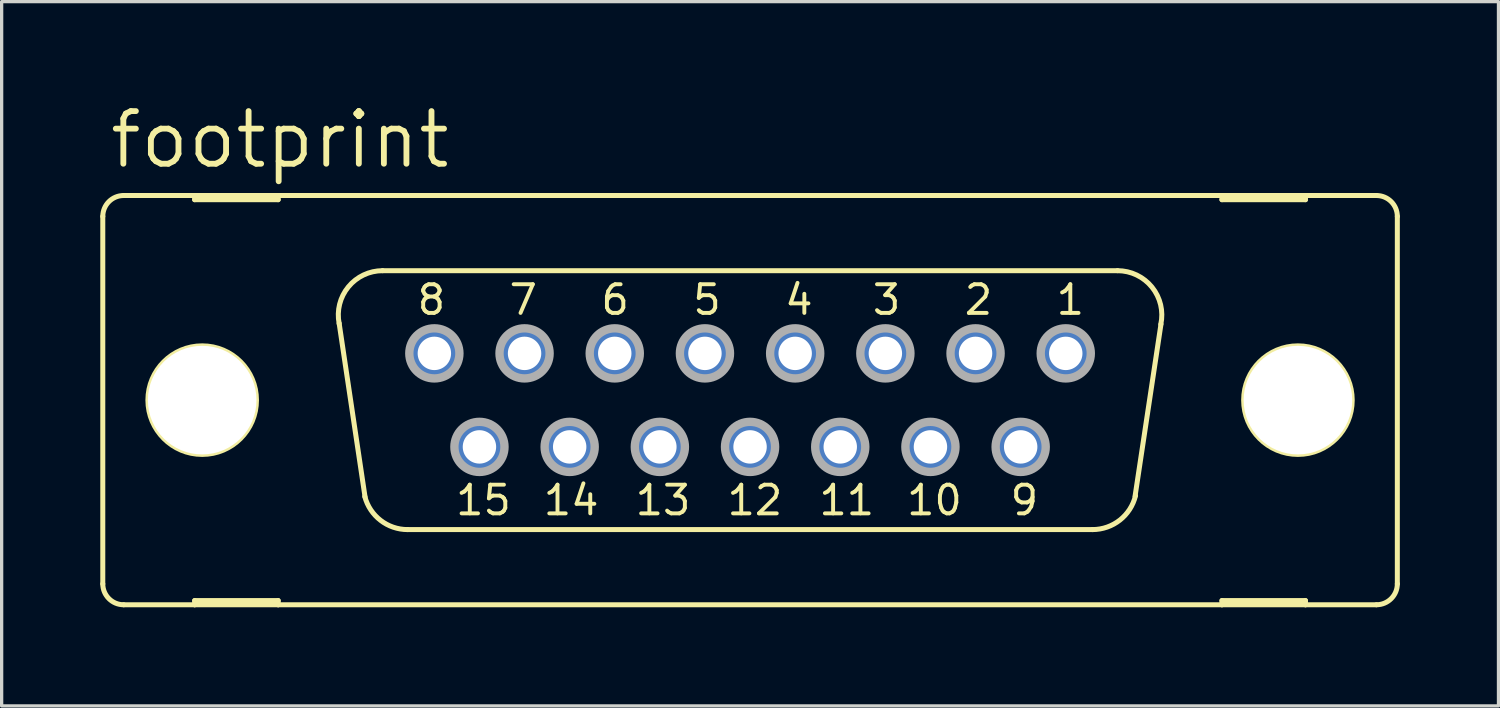
<source format=kicad_pcb>
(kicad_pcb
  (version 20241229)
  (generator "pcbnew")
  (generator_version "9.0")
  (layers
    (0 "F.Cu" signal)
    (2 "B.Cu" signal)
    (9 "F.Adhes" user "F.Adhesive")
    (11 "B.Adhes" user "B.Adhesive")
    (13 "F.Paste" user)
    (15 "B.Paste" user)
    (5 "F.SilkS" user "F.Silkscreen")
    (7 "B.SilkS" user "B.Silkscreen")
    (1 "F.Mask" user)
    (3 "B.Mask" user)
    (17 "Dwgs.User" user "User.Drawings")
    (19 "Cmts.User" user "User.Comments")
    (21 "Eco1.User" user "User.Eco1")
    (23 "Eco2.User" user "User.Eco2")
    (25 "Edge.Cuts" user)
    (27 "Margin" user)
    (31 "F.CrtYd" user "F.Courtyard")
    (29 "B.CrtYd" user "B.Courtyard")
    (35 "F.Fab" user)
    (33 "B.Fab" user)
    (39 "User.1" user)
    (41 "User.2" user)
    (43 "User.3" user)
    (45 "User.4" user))
  (footprint "footprint"
    (layer "F.Cu")
    (at 19.761 9.119)
    (property "Reference" "footprint" (at -19.558 -6.985 0) (layer "F.SilkS") (effects (font (size 1.6 1.6) (thickness 0.178)) (justify left bottom)))
    (fp_line (start -19.685 -5.588) (end -19.685 5.588) (stroke (width 0.152) (type solid)) (layer "F.SilkS"))
    (fp_line (start -19.05 6.223) (end -16.891 6.223) (stroke (width 0.152) (type solid)) (layer "F.SilkS"))
    (fp_line (start -16.891 -6.223) (end -19.05 -6.223) (stroke (width 0.152) (type solid)) (layer "F.SilkS"))
    (fp_line (start -16.891 -6.223) (end -16.891 -6.096) (stroke (width 0.152) (type solid)) (layer "F.SilkS"))
    (fp_line (start -16.891 -6.096) (end -14.351 -6.096) (stroke (width 0.152) (type solid)) (layer "F.SilkS"))
    (fp_line (start -16.891 6.096) (end -14.351 6.096) (stroke (width 0.152) (type solid)) (layer "F.SilkS"))
    (fp_line (start -16.891 6.223) (end -16.891 6.096) (stroke (width 0.152) (type solid)) (layer "F.SilkS"))
    (fp_line (start -16.891 6.223) (end -14.351 6.223) (stroke (width 0.152) (type solid)) (layer "F.SilkS"))
    (fp_line (start -14.351 -6.223) (end -16.891 -6.223) (stroke (width 0.152) (type solid)) (layer "F.SilkS"))
    (fp_line (start -14.351 -6.096) (end -14.351 -6.223) (stroke (width 0.152) (type solid)) (layer "F.SilkS"))
    (fp_line (start -14.351 6.096) (end -14.351 6.223) (stroke (width 0.152) (type solid)) (layer "F.SilkS"))
    (fp_line (start -14.351 6.223) (end 14.351 6.223) (stroke (width 0.152) (type solid)) (layer "F.SilkS"))
    (fp_line (start -11.709 2.946) (end -12.497 -2.337) (stroke (width 0.152) (type solid)) (layer "F.SilkS"))
    (fp_line (start -11.176 -3.937) (end 11.176 -3.937) (stroke (width 0.152) (type solid)) (layer "F.SilkS"))
    (fp_line (start -10.414 3.937) (end 10.414 3.937) (stroke (width 0.152) (type solid)) (layer "F.SilkS"))
    (fp_line (start 12.497 -2.311) (end 11.709 2.921) (stroke (width 0.152) (type solid)) (layer "F.SilkS"))
    (fp_line (start 14.351 -6.223) (end -14.351 -6.223) (stroke (width 0.152) (type solid)) (layer "F.SilkS"))
    (fp_line (start 14.351 -6.223) (end 14.351 -6.096) (stroke (width 0.152) (type solid)) (layer "F.SilkS"))
    (fp_line (start 14.351 -6.096) (end 16.891 -6.096) (stroke (width 0.152) (type solid)) (layer "F.SilkS"))
    (fp_line (start 14.351 6.096) (end 16.891 6.096) (stroke (width 0.152) (type solid)) (layer "F.SilkS"))
    (fp_line (start 14.351 6.223) (end 14.351 6.096) (stroke (width 0.152) (type solid)) (layer "F.SilkS"))
    (fp_line (start 14.351 6.223) (end 16.891 6.223) (stroke (width 0.152) (type solid)) (layer "F.SilkS"))
    (fp_line (start 16.891 -6.223) (end 14.351 -6.223) (stroke (width 0.152) (type solid)) (layer "F.SilkS"))
    (fp_line (start 16.891 -6.096) (end 16.891 -6.223) (stroke (width 0.152) (type solid)) (layer "F.SilkS"))
    (fp_line (start 16.891 6.096) (end 16.891 6.223) (stroke (width 0.152) (type solid)) (layer "F.SilkS"))
    (fp_line (start 16.891 6.223) (end 19.05 6.223) (stroke (width 0.152) (type solid)) (layer "F.SilkS"))
    (fp_line (start 19.05 -6.223) (end 16.891 -6.223) (stroke (width 0.152) (type solid)) (layer "F.SilkS"))
    (fp_line (start 19.685 -5.588) (end 19.685 5.588) (stroke (width 0.152) (type solid)) (layer "F.SilkS"))
    (fp_arc (start -19.685 -5.588) (mid -19.499013 -6.037013) (end -19.05 -6.223) (stroke (width 0.1524) (type solid)) (layer "F.SilkS"))
    (fp_arc (start -19.05 6.223) (mid -19.499013 6.037013) (end -19.685 5.588) (stroke (width 0.1524) (type solid)) (layer "F.SilkS"))
    (fp_arc (start -12.4961 -2.3268) (mid -12.217082 -3.444284) (end -11.176 -3.937) (stroke (width 0.1524) (type solid)) (layer "F.SilkS"))
    (fp_arc (start -10.414 3.937) (mid -11.2375 3.655745) (end -11.7169 2.9295) (stroke (width 0.1524) (type solid)) (layer "F.SilkS"))
    (fp_arc (start 11.176 -3.937) (mid 12.224557 -3.435183) (end 12.491499 -2.303798) (stroke (width 0.1524) (type solid)) (layer "F.SilkS"))
    (fp_arc (start 11.722701 2.904999) (mid 11.247257 3.647874) (end 10.414 3.937) (stroke (width 0.1524) (type solid)) (layer "F.SilkS"))
    (fp_arc (start 19.05 -6.223) (mid 19.499013 -6.037013) (end 19.685 -5.588) (stroke (width 0.1524) (type solid)) (layer "F.SilkS"))
    (fp_arc (start 19.685 5.588) (mid 19.499013 6.037013) (end 19.05 6.223) (stroke (width 0.1524) (type solid)) (layer "F.SilkS"))
    (fp_circle (center -16.662 0) (end -15.011 0) (stroke (width 0.152) (type solid)) (fill no) (layer "F.SilkS"))
    (fp_circle (center 16.662 0) (end 18.313 0) (stroke (width 0.152) (type solid)) (fill no) (layer "F.SilkS"))
    (fp_circle (center -9.601 -1.422) (end -8.839 -1.422) (stroke (width 0.254) (type solid)) (fill no) (layer "F.Fab"))
    (fp_circle (center -8.23 1.422) (end -7.468 1.422) (stroke (width 0.254) (type solid)) (fill no) (layer "F.Fab"))
    (fp_circle (center -6.858 -1.422) (end -6.096 -1.422) (stroke (width 0.254) (type solid)) (fill no) (layer "F.Fab"))
    (fp_circle (center -5.486 1.422) (end -4.724 1.422) (stroke (width 0.254) (type solid)) (fill no) (layer "F.Fab"))
    (fp_circle (center -4.115 -1.422) (end -3.353 -1.422) (stroke (width 0.254) (type solid)) (fill no) (layer "F.Fab"))
    (fp_circle (center -2.743 1.422) (end -1.981 1.422) (stroke (width 0.254) (type solid)) (fill no) (layer "F.Fab"))
    (fp_circle (center -1.372 -1.422) (end -0.61 -1.422) (stroke (width 0.254) (type solid)) (fill no) (layer "F.Fab"))
    (fp_circle (center 0 1.422) (end 0.762 1.422) (stroke (width 0.254) (type solid)) (fill no) (layer "F.Fab"))
    (fp_circle (center 1.372 -1.422) (end 2.134 -1.422) (stroke (width 0.254) (type solid)) (fill no) (layer "F.Fab"))
    (fp_circle (center 2.743 1.422) (end 3.505 1.422) (stroke (width 0.254) (type solid)) (fill no) (layer "F.Fab"))
    (fp_circle (center 4.115 -1.422) (end 4.877 -1.422) (stroke (width 0.254) (type solid)) (fill no) (layer "F.Fab"))
    (fp_circle (center 5.486 1.422) (end 6.248 1.422) (stroke (width 0.254) (type solid)) (fill no) (layer "F.Fab"))
    (fp_circle (center 6.858 -1.422) (end 7.62 -1.422) (stroke (width 0.254) (type solid)) (fill no) (layer "F.Fab"))
    (fp_circle (center 8.23 1.422) (end 8.992 1.422) (stroke (width 0.254) (type solid)) (fill no) (layer "F.Fab"))
    (fp_circle (center 9.601 -1.422) (end 10.363 -1.422) (stroke (width 0.254) (type solid)) (fill no) (layer "F.Fab"))
    (fp_text user "11" (at 2.032 3.556 0) (layer "F.SilkS") (effects (font (size 0.872 0.872) (thickness 0.119)) (justify left bottom)))
    (fp_text user "8" (at -10.185 -2.54 0) (layer "F.SilkS") (effects (font (size 0.872 0.872) (thickness 0.119)) (justify left bottom)))
    (fp_text user "13" (at -3.556 3.556 0) (layer "F.SilkS") (effects (font (size 0.872 0.872) (thickness 0.119)) (justify left bottom)))
    (fp_text user "15" (at -9.017 3.556 0) (layer "F.SilkS") (effects (font (size 0.872 0.872) (thickness 0.119)) (justify left bottom)))
    (fp_text user "9" (at 7.849 3.556 0) (layer "F.SilkS") (effects (font (size 0.872 0.872) (thickness 0.119)) (justify left bottom)))
    (fp_text user "10" (at 4.699 3.556 0) (layer "F.SilkS") (effects (font (size 0.872 0.872) (thickness 0.119)) (justify left bottom)))
    (fp_text user "6" (at -4.597 -2.54 0) (layer "F.SilkS") (effects (font (size 0.872 0.872) (thickness 0.119)) (justify left bottom)))
    (fp_text user "12" (at -0.762 3.556 0) (layer "F.SilkS") (effects (font (size 0.872 0.872) (thickness 0.119)) (justify left bottom)))
    (fp_text user "4" (at 0.991 -2.54 0) (layer "F.SilkS") (effects (font (size 0.872 0.872) (thickness 0.119)) (justify left bottom)))
    (fp_text user "2" (at 6.452 -2.54 0) (layer "F.SilkS") (effects (font (size 0.872 0.872) (thickness 0.119)) (justify left bottom)))
    (fp_text user "7" (at -7.391 -2.54 0) (layer "F.SilkS") (effects (font (size 0.872 0.872) (thickness 0.119)) (justify left bottom)))
    (fp_text user "14" (at -6.35 3.556 0) (layer "F.SilkS") (effects (font (size 0.872 0.872) (thickness 0.119)) (justify left bottom)))
    (fp_text user "1" (at 9.246 -2.54 0) (layer "F.SilkS") (effects (font (size 0.872 0.872) (thickness 0.119)) (justify left bottom)))
    (fp_text user "3" (at 3.658 -2.54 0) (layer "F.SilkS") (effects (font (size 0.872 0.872) (thickness 0.119)) (justify left bottom)))
    (fp_text user "5" (at -1.803 -2.54 0) (layer "F.SilkS") (effects (font (size 0.872 0.872) (thickness 0.119)) (justify left bottom)))
    (pad "" np_thru_hole circle (at -16.662 0) (size 3.302 3.302) (drill 3.302) (layers "*.Cu" "*.Mask"))
    (pad "" np_thru_hole circle (at 16.662 0) (size 3.302 3.302) (drill 3.302) (layers "*.Cu" "*.Mask"))
    (pad "1" thru_hole roundrect (at 9.601 -1.422) (size 1.524 1.524) (drill 1.016) (layers "*.Cu" "*.Mask") (roundrect_rratio 0.25) (chamfer_ratio 0.25) (chamfer top_left top_right bottom_left bottom_right))
    (pad "2" thru_hole roundrect (at 6.858 -1.422) (size 1.524 1.524) (drill 1.016) (layers "*.Cu" "*.Mask") (roundrect_rratio 0.25) (chamfer_ratio 0.25) (chamfer top_left top_right bottom_left bottom_right))
    (pad "3" thru_hole roundrect (at 4.115 -1.422) (size 1.524 1.524) (drill 1.016) (layers "*.Cu" "*.Mask") (roundrect_rratio 0.25) (chamfer_ratio 0.25) (chamfer top_left top_right bottom_left bottom_right))
    (pad "4" thru_hole roundrect (at 1.372 -1.422) (size 1.524 1.524) (drill 1.016) (layers "*.Cu" "*.Mask") (roundrect_rratio 0.25) (chamfer_ratio 0.25) (chamfer top_left top_right bottom_left bottom_right))
    (pad "5" thru_hole roundrect (at -1.372 -1.422) (size 1.524 1.524) (drill 1.016) (layers "*.Cu" "*.Mask") (roundrect_rratio 0.25) (chamfer_ratio 0.25) (chamfer top_left top_right bottom_left bottom_right))
    (pad "6" thru_hole roundrect (at -4.115 -1.422) (size 1.524 1.524) (drill 1.016) (layers "*.Cu" "*.Mask") (roundrect_rratio 0.25) (chamfer_ratio 0.25) (chamfer top_left top_right bottom_left bottom_right))
    (pad "7" thru_hole roundrect (at -6.858 -1.422) (size 1.524 1.524) (drill 1.016) (layers "*.Cu" "*.Mask") (roundrect_rratio 0.25) (chamfer_ratio 0.25) (chamfer top_left top_right bottom_left bottom_right))
    (pad "8" thru_hole roundrect (at -9.601 -1.422) (size 1.524 1.524) (drill 1.016) (layers "*.Cu" "*.Mask") (roundrect_rratio 0.25) (chamfer_ratio 0.25) (chamfer top_left top_right bottom_left bottom_right))
    (pad "9" thru_hole roundrect (at 8.23 1.422) (size 1.524 1.524) (drill 1.016) (layers "*.Cu" "*.Mask") (roundrect_rratio 0.25) (chamfer_ratio 0.25) (chamfer top_left top_right bottom_left bottom_right))
    (pad "10" thru_hole roundrect (at 5.486 1.422) (size 1.524 1.524) (drill 1.016) (layers "*.Cu" "*.Mask") (roundrect_rratio 0.25) (chamfer_ratio 0.25) (chamfer top_left top_right bottom_left bottom_right))
    (pad "11" thru_hole roundrect (at 2.743 1.422) (size 1.524 1.524) (drill 1.016) (layers "*.Cu" "*.Mask") (roundrect_rratio 0.25) (chamfer_ratio 0.25) (chamfer top_left top_right bottom_left bottom_right))
    (pad "12" thru_hole roundrect (at 0 1.422) (size 1.524 1.524) (drill 1.016) (layers "*.Cu" "*.Mask") (roundrect_rratio 0.25) (chamfer_ratio 0.25) (chamfer top_left top_right bottom_left bottom_right))
    (pad "13" thru_hole roundrect (at -2.743 1.422) (size 1.524 1.524) (drill 1.016) (layers "*.Cu" "*.Mask") (roundrect_rratio 0.25) (chamfer_ratio 0.25) (chamfer top_left top_right bottom_left bottom_right))
    (pad "14" thru_hole roundrect (at -5.486 1.422) (size 1.524 1.524) (drill 1.016) (layers "*.Cu" "*.Mask") (roundrect_rratio 0.25) (chamfer_ratio 0.25) (chamfer top_left top_right bottom_left bottom_right))
    (pad "15" thru_hole roundrect (at -8.23 1.422) (size 1.524 1.524) (drill 1.016) (layers "*.Cu" "*.Mask") (roundrect_rratio 0.25) (chamfer_ratio 0.25) (chamfer top_left top_right bottom_left bottom_right))
    (zone (net_name "") (layers "F.Cu" "B.Cu") (hatch edge 0.508) (connect_pads) (min_thickness 0.254) (filled_areas_thickness no) (keepout (tracks allowed) (vias not_allowed) (pads allowed) (copperpour allowed) (footprints allowed)) (placement (enabled no)) (fill) (polygon (pts (xy 5.766 9.119) (xy 5.725 8.655) (xy 5.605 8.206) (xy 5.408 7.785) (xy 5.142 7.404) (xy 4.813 7.076) (xy 4.432 6.809) (xy 4.011 6.612) (xy 3.562 6.492) (xy 3.099 6.452) (xy 2.636 6.492) (xy 2.187 6.612) (xy 1.765 6.809) (xy 1.384 7.076) (xy 1.056 7.404) (xy 0.789 7.785) (xy 0.593 8.206) (xy 0.472 8.655) (xy 0.432 9.119) (xy 0.472 9.582) (xy 0.593 10.031) (xy 0.789 10.452) (xy 1.056 10.833) (xy 1.384 11.162) (xy 1.765 11.428) (xy 2.187 11.625) (xy 2.636 11.745) (xy 3.099 11.786) (xy 3.562 11.745) (xy 4.011 11.625) (xy 4.432 11.428) (xy 4.813 11.162) (xy 5.142 10.833) (xy 5.408 10.452) (xy 5.605 10.031) (xy 5.725 9.582))))
    (zone (net_name "") (layers "F.Cu" "B.Cu") (hatch edge 0.508) (connect_pads) (min_thickness 0.254) (filled_areas_thickness no) (keepout (tracks allowed) (vias not_allowed) (pads allowed) (copperpour allowed) (footprints allowed)) (placement (enabled no)) (fill) (polygon (pts (xy 39.091 9.119) (xy 39.05 8.655) (xy 38.93 8.206) (xy 38.733 7.785) (xy 38.467 7.404) (xy 38.138 7.076) (xy 37.757 6.809) (xy 37.336 6.612) (xy 36.887 6.492) (xy 36.424 6.452) (xy 35.96 6.492) (xy 35.511 6.612) (xy 35.09 6.809) (xy 34.709 7.076) (xy 34.381 7.404) (xy 34.114 7.785) (xy 33.917 8.206) (xy 33.797 8.655) (xy 33.757 9.119) (xy 33.797 9.582) (xy 33.917 10.031) (xy 34.114 10.452) (xy 34.381 10.833) (xy 34.709 11.162) (xy 35.09 11.428) (xy 35.511 11.625) (xy 35.96 11.745) (xy 36.424 11.786) (xy 36.887 11.745) (xy 37.336 11.625) (xy 37.757 11.428) (xy 38.138 11.162) (xy 38.467 10.833) (xy 38.733 10.452) (xy 38.93 10.031) (xy 39.05 9.582))))
    (zone (net_name "") (layer "B.Cu") (hatch edge 0.508) (connect_pads) (min_thickness 0.254) (filled_areas_thickness no) (keepout (tracks not_allowed) (vias not_allowed) (pads not_allowed) (copperpour not_allowed) (footprints allowed)) (placement (enabled no)) (fill) (polygon (pts (xy 5.766 9.119) (xy 5.725 8.655) (xy 5.605 8.206) (xy 5.408 7.785) (xy 5.142 7.404) (xy 4.813 7.076) (xy 4.432 6.809) (xy 4.011 6.612) (xy 3.562 6.492) (xy 3.099 6.452) (xy 2.636 6.492) (xy 2.187 6.612) (xy 1.765 6.809) (xy 1.384 7.076) (xy 1.056 7.404) (xy 0.789 7.785) (xy 0.593 8.206) (xy 0.472 8.655) (xy 0.432 9.119) (xy 0.472 9.582) (xy 0.593 10.031) (xy 0.789 10.452) (xy 1.056 10.833) (xy 1.384 11.162) (xy 1.765 11.428) (xy 2.187 11.625) (xy 2.636 11.745) (xy 3.099 11.786) (xy 3.562 11.745) (xy 4.011 11.625) (xy 4.432 11.428) (xy 4.813 11.162) (xy 5.142 10.833) (xy 5.408 10.452) (xy 5.605 10.031) (xy 5.725 9.582))))
    (zone (net_name "") (layer "B.Cu") (hatch edge 0.508) (connect_pads) (min_thickness 0.254) (filled_areas_thickness no) (keepout (tracks not_allowed) (vias not_allowed) (pads not_allowed) (copperpour not_allowed) (footprints allowed)) (placement (enabled no)) (fill) (polygon (pts (xy 39.091 9.119) (xy 39.05 8.655) (xy 38.93 8.206) (xy 38.733 7.785) (xy 38.467 7.404) (xy 38.138 7.076) (xy 37.757 6.809) (xy 37.336 6.612) (xy 36.887 6.492) (xy 36.424 6.452) (xy 35.96 6.492) (xy 35.511 6.612) (xy 35.09 6.809) (xy 34.709 7.076) (xy 34.381 7.404) (xy 34.114 7.785) (xy 33.917 8.206) (xy 33.797 8.655) (xy 33.757 9.119) (xy 33.797 9.582) (xy 33.917 10.031) (xy 34.114 10.452) (xy 34.381 10.833) (xy 34.709 11.162) (xy 35.09 11.428) (xy 35.511 11.625) (xy 35.96 11.745) (xy 36.424 11.786) (xy 36.887 11.745) (xy 37.336 11.625) (xy 37.757 11.428) (xy 38.138 11.162) (xy 38.467 10.833) (xy 38.733 10.452) (xy 38.93 10.031) (xy 39.05 9.582)))))
  (gr_rect
    (start -3 -3)
    (end 42.522 18.418)
    (stroke (width 0.1) (type default))
    (fill no)
    (layer "Edge.Cuts")))
</source>
